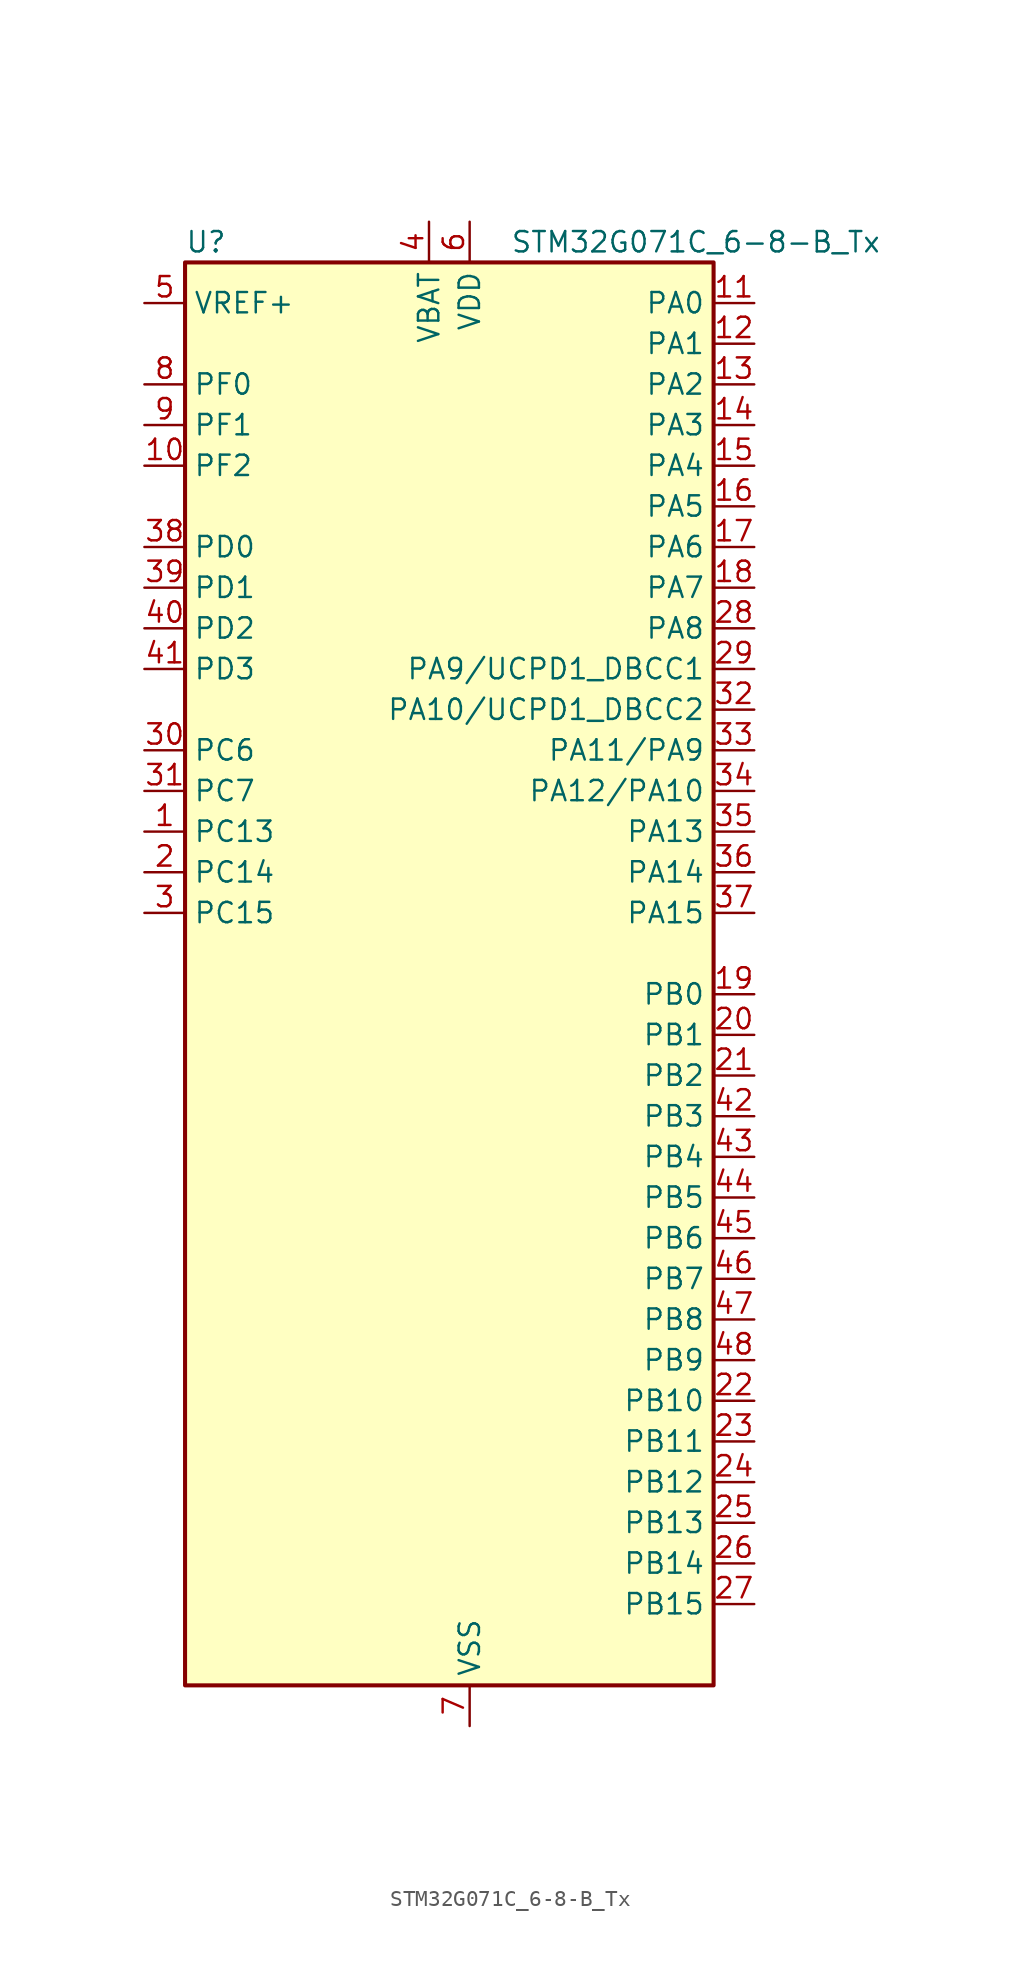
<source format=kicad_sym>
(kicad_symbol_lib
  (version 20231120)
  (generator "kicad_symbol_editor")
  (generator_version "8.0")
  (symbol "STM32G071C_6-8-B_Tx"
    (property "Reference" "U"
      (at -15.24 46.99 0)
      (effects (font (size 1.27 1.27)) (justify left)))
    (property "Value" "STM32G071C_6-8-B_Tx"
      (at 5.08 46.99 0)
      (effects (font (size 1.27 1.27)) (justify left)))
    (property "ki_locked" ""
      (at 0 0 0)
      (effects (font (size 1.27 1.27))))
    (symbol "STM32G071C_6-8-B_Tx_0_1"
      (rectangle (start -15.24 -43.18) (end 17.78 45.72) (stroke (width 0.254) (type default)) (fill (type background))))
    (symbol "STM32G071C_6-8-B_Tx_1_1"
      (pin bidirectional line (at -17.78 10.16 0) (length 2.54) (name "PC13" (effects (font (size 1.27 1.27)))) (number "1" (effects (font (size 1.27 1.27)))) (alternate "RTC_OUT_ALARM" bidirectional line) (alternate "RTC_OUT_CALIB" bidirectional line) (alternate "RTC_TAMP_IN1" bidirectional line) (alternate "RTC_TS" bidirectional line) (alternate "SYS_WKUP2" bidirectional line) (alternate "TIM1_BK" bidirectional line))
      (pin bidirectional line (at -17.78 33.02 0) (length 2.54) (name "PF2" (effects (font (size 1.27 1.27)))) (number "10" (effects (font (size 1.27 1.27)))) (alternate "RCC_MCO" bidirectional line))
      (pin bidirectional line (at 20.32 43.18 180) (length 2.54) (name "PA0" (effects (font (size 1.27 1.27)))) (number "11" (effects (font (size 1.27 1.27)))) (alternate "ADC1_IN0" bidirectional line) (alternate "COMP1_INM" bidirectional line) (alternate "COMP1_OUT" bidirectional line) (alternate "LPTIM1_OUT" bidirectional line) (alternate "RTC_TAMP_IN2" bidirectional line) (alternate "SPI2_SCK" bidirectional line) (alternate "SYS_WKUP1" bidirectional line) (alternate "TIM2_CH1" bidirectional line) (alternate "TIM2_ETR" bidirectional line) (alternate "UCPD2_FRSTX1" bidirectional line) (alternate "UCPD2_FRSTX2" bidirectional line) (alternate "USART2_CTS" bidirectional line) (alternate "USART2_NSS" bidirectional line) (alternate "USART4_TX" bidirectional line))
      (pin bidirectional line (at 20.32 40.64 180) (length 2.54) (name "PA1" (effects (font (size 1.27 1.27)))) (number "12" (effects (font (size 1.27 1.27)))) (alternate "ADC1_IN1" bidirectional line) (alternate "COMP1_INP" bidirectional line) (alternate "I2C1_SMBA" bidirectional line) (alternate "I2S1_CK" bidirectional line) (alternate "SPI1_SCK" bidirectional line) (alternate "TIM15_CH1N" bidirectional line) (alternate "TIM2_CH2" bidirectional line) (alternate "USART2_CK" bidirectional line) (alternate "USART2_DE" bidirectional line) (alternate "USART2_RTS" bidirectional line) (alternate "USART4_RX" bidirectional line))
      (pin bidirectional line (at 20.32 38.1 180) (length 2.54) (name "PA2" (effects (font (size 1.27 1.27)))) (number "13" (effects (font (size 1.27 1.27)))) (alternate "ADC1_IN2" bidirectional line) (alternate "COMP2_INM" bidirectional line) (alternate "COMP2_OUT" bidirectional line) (alternate "I2S1_SD" bidirectional line) (alternate "LPUART1_TX" bidirectional line) (alternate "RCC_LSCO" bidirectional line) (alternate "SPI1_MOSI" bidirectional line) (alternate "SYS_WKUP4" bidirectional line) (alternate "TIM15_CH1" bidirectional line) (alternate "TIM2_CH3" bidirectional line) (alternate "UCPD1_FRSTX1" bidirectional line) (alternate "UCPD1_FRSTX2" bidirectional line) (alternate "USART2_TX" bidirectional line))
      (pin bidirectional line (at 20.32 35.56 180) (length 2.54) (name "PA3" (effects (font (size 1.27 1.27)))) (number "14" (effects (font (size 1.27 1.27)))) (alternate "ADC1_IN3" bidirectional line) (alternate "COMP2_INP" bidirectional line) (alternate "LPUART1_RX" bidirectional line) (alternate "SPI2_MISO" bidirectional line) (alternate "TIM15_CH2" bidirectional line) (alternate "TIM2_CH4" bidirectional line) (alternate "UCPD2_FRSTX1" bidirectional line) (alternate "UCPD2_FRSTX2" bidirectional line) (alternate "USART2_RX" bidirectional line))
      (pin bidirectional line (at 20.32 33.02 180) (length 2.54) (name "PA4" (effects (font (size 1.27 1.27)))) (number "15" (effects (font (size 1.27 1.27)))) (alternate "ADC1_IN4" bidirectional line) (alternate "DAC1_OUT1" bidirectional line) (alternate "I2S1_WS" bidirectional line) (alternate "LPTIM2_OUT" bidirectional line) (alternate "RTC_OUT_ALARM" bidirectional line) (alternate "RTC_OUT_CALIB" bidirectional line) (alternate "SPI1_NSS" bidirectional line) (alternate "SPI2_MOSI" bidirectional line) (alternate "TIM14_CH1" bidirectional line) (alternate "UCPD2_FRSTX1" bidirectional line) (alternate "UCPD2_FRSTX2" bidirectional line))
      (pin bidirectional line (at 20.32 30.48 180) (length 2.54) (name "PA5" (effects (font (size 1.27 1.27)))) (number "16" (effects (font (size 1.27 1.27)))) (alternate "ADC1_IN5" bidirectional line) (alternate "CEC" bidirectional line) (alternate "DAC1_OUT2" bidirectional line) (alternate "I2S1_CK" bidirectional line) (alternate "LPTIM2_ETR" bidirectional line) (alternate "SPI1_SCK" bidirectional line) (alternate "TIM2_CH1" bidirectional line) (alternate "TIM2_ETR" bidirectional line) (alternate "UCPD1_FRSTX1" bidirectional line) (alternate "UCPD1_FRSTX2" bidirectional line) (alternate "USART3_TX" bidirectional line))
      (pin bidirectional line (at 20.32 27.94 180) (length 2.54) (name "PA6" (effects (font (size 1.27 1.27)))) (number "17" (effects (font (size 1.27 1.27)))) (alternate "ADC1_IN6" bidirectional line) (alternate "COMP1_OUT" bidirectional line) (alternate "I2S1_MCK" bidirectional line) (alternate "LPUART1_CTS" bidirectional line) (alternate "SPI1_MISO" bidirectional line) (alternate "TIM16_CH1" bidirectional line) (alternate "TIM1_BK" bidirectional line) (alternate "TIM3_CH1" bidirectional line) (alternate "USART3_CTS" bidirectional line) (alternate "USART3_NSS" bidirectional line))
      (pin bidirectional line (at 20.32 25.4 180) (length 2.54) (name "PA7" (effects (font (size 1.27 1.27)))) (number "18" (effects (font (size 1.27 1.27)))) (alternate "ADC1_IN7" bidirectional line) (alternate "COMP2_OUT" bidirectional line) (alternate "I2S1_SD" bidirectional line) (alternate "SPI1_MOSI" bidirectional line) (alternate "TIM14_CH1" bidirectional line) (alternate "TIM17_CH1" bidirectional line) (alternate "TIM1_CH1N" bidirectional line) (alternate "TIM3_CH2" bidirectional line) (alternate "UCPD1_FRSTX1" bidirectional line) (alternate "UCPD1_FRSTX2" bidirectional line))
      (pin bidirectional line (at 20.32 0 180) (length 2.54) (name "PB0" (effects (font (size 1.27 1.27)))) (number "19" (effects (font (size 1.27 1.27)))) (alternate "ADC1_IN8" bidirectional line) (alternate "COMP1_OUT" bidirectional line) (alternate "I2S1_WS" bidirectional line) (alternate "LPTIM1_OUT" bidirectional line) (alternate "SPI1_NSS" bidirectional line) (alternate "TIM1_CH2N" bidirectional line) (alternate "TIM3_CH3" bidirectional line) (alternate "UCPD1_FRSTX1" bidirectional line) (alternate "UCPD1_FRSTX2" bidirectional line) (alternate "USART3_RX" bidirectional line))
      (pin bidirectional line (at -17.78 7.62 0) (length 2.54) (name "PC14" (effects (font (size 1.27 1.27)))) (number "2" (effects (font (size 1.27 1.27)))) (alternate "RCC_OSC32_IN" bidirectional line) (alternate "TIM1_BK2" bidirectional line))
      (pin bidirectional line (at 20.32 -2.54 180) (length 2.54) (name "PB1" (effects (font (size 1.27 1.27)))) (number "20" (effects (font (size 1.27 1.27)))) (alternate "ADC1_IN9" bidirectional line) (alternate "COMP1_INM" bidirectional line) (alternate "LPTIM2_IN1" bidirectional line) (alternate "LPUART1_DE" bidirectional line) (alternate "LPUART1_RTS" bidirectional line) (alternate "TIM14_CH1" bidirectional line) (alternate "TIM1_CH3N" bidirectional line) (alternate "TIM3_CH4" bidirectional line) (alternate "USART3_CK" bidirectional line) (alternate "USART3_DE" bidirectional line) (alternate "USART3_RTS" bidirectional line))
      (pin bidirectional line (at 20.32 -5.08 180) (length 2.54) (name "PB2" (effects (font (size 1.27 1.27)))) (number "21" (effects (font (size 1.27 1.27)))) (alternate "ADC1_IN10" bidirectional line) (alternate "COMP1_INP" bidirectional line) (alternate "LPTIM1_OUT" bidirectional line) (alternate "SPI2_MISO" bidirectional line) (alternate "USART3_TX" bidirectional line))
      (pin bidirectional line (at 20.32 -25.4 180) (length 2.54) (name "PB10" (effects (font (size 1.27 1.27)))) (number "22" (effects (font (size 1.27 1.27)))) (alternate "ADC1_IN11" bidirectional line) (alternate "CEC" bidirectional line) (alternate "COMP1_OUT" bidirectional line) (alternate "I2C2_SCL" bidirectional line) (alternate "LPUART1_RX" bidirectional line) (alternate "SPI2_SCK" bidirectional line) (alternate "TIM2_CH3" bidirectional line) (alternate "USART3_TX" bidirectional line))
      (pin bidirectional line (at 20.32 -27.94 180) (length 2.54) (name "PB11" (effects (font (size 1.27 1.27)))) (number "23" (effects (font (size 1.27 1.27)))) (alternate "ADC1_EXTI11" bidirectional line) (alternate "ADC1_IN15" bidirectional line) (alternate "COMP2_OUT" bidirectional line) (alternate "I2C2_SDA" bidirectional line) (alternate "LPUART1_TX" bidirectional line) (alternate "SPI2_MOSI" bidirectional line) (alternate "TIM2_CH4" bidirectional line) (alternate "USART3_RX" bidirectional line))
      (pin bidirectional line (at 20.32 -30.48 180) (length 2.54) (name "PB12" (effects (font (size 1.27 1.27)))) (number "24" (effects (font (size 1.27 1.27)))) (alternate "ADC1_IN16" bidirectional line) (alternate "LPUART1_DE" bidirectional line) (alternate "LPUART1_RTS" bidirectional line) (alternate "SPI2_NSS" bidirectional line) (alternate "TIM15_BK" bidirectional line) (alternate "TIM1_BK" bidirectional line) (alternate "UCPD2_FRSTX1" bidirectional line) (alternate "UCPD2_FRSTX2" bidirectional line))
      (pin bidirectional line (at 20.32 -33.02 180) (length 2.54) (name "PB13" (effects (font (size 1.27 1.27)))) (number "25" (effects (font (size 1.27 1.27)))) (alternate "I2C2_SCL" bidirectional line) (alternate "LPUART1_CTS" bidirectional line) (alternate "SPI2_SCK" bidirectional line) (alternate "TIM15_CH1N" bidirectional line) (alternate "TIM1_CH1N" bidirectional line) (alternate "USART3_CTS" bidirectional line) (alternate "USART3_NSS" bidirectional line))
      (pin bidirectional line (at 20.32 -35.56 180) (length 2.54) (name "PB14" (effects (font (size 1.27 1.27)))) (number "26" (effects (font (size 1.27 1.27)))) (alternate "I2C2_SDA" bidirectional line) (alternate "SPI2_MISO" bidirectional line) (alternate "TIM15_CH1" bidirectional line) (alternate "TIM1_CH2N" bidirectional line) (alternate "UCPD1_FRSTX1" bidirectional line) (alternate "UCPD1_FRSTX2" bidirectional line) (alternate "USART3_CK" bidirectional line) (alternate "USART3_DE" bidirectional line) (alternate "USART3_RTS" bidirectional line))
      (pin bidirectional line (at 20.32 -38.1 180) (length 2.54) (name "PB15" (effects (font (size 1.27 1.27)))) (number "27" (effects (font (size 1.27 1.27)))) (alternate "RTC_REFIN" bidirectional line) (alternate "SPI2_MOSI" bidirectional line) (alternate "TIM15_CH1N" bidirectional line) (alternate "TIM15_CH2" bidirectional line) (alternate "TIM1_CH3N" bidirectional line) (alternate "UCPD1_CC2" bidirectional line))
      (pin bidirectional line (at 20.32 22.86 180) (length 2.54) (name "PA8" (effects (font (size 1.27 1.27)))) (number "28" (effects (font (size 1.27 1.27)))) (alternate "LPTIM2_OUT" bidirectional line) (alternate "RCC_MCO" bidirectional line) (alternate "SPI2_NSS" bidirectional line) (alternate "TIM1_CH1" bidirectional line) (alternate "UCPD1_CC1" bidirectional line))
      (pin bidirectional line (at 20.32 20.32 180) (length 2.54) (name "PA9/UCPD1_DBCC1" (effects (font (size 1.27 1.27)))) (number "29" (effects (font (size 1.27 1.27)))) (alternate "DAC1_EXTI9" bidirectional line) (alternate "I2C1_SCL" bidirectional line) (alternate "RCC_MCO" bidirectional line) (alternate "SPI2_MISO" bidirectional line) (alternate "TIM15_BK" bidirectional line) (alternate "TIM1_CH2" bidirectional line) (alternate "UCPD1_DBCC1" bidirectional line) (alternate "USART1_TX" bidirectional line))
      (pin bidirectional line (at -17.78 5.08 0) (length 2.54) (name "PC15" (effects (font (size 1.27 1.27)))) (number "3" (effects (font (size 1.27 1.27)))) (alternate "RCC_OSC32_EN" bidirectional line) (alternate "RCC_OSC32_OUT" bidirectional line) (alternate "RCC_OSC_EN" bidirectional line) (alternate "TIM15_BK" bidirectional line))
      (pin bidirectional line (at -17.78 15.24 0) (length 2.54) (name "PC6" (effects (font (size 1.27 1.27)))) (number "30" (effects (font (size 1.27 1.27)))) (alternate "TIM2_CH3" bidirectional line) (alternate "TIM3_CH1" bidirectional line) (alternate "UCPD1_FRSTX1" bidirectional line) (alternate "UCPD1_FRSTX2" bidirectional line))
      (pin bidirectional line (at -17.78 12.7 0) (length 2.54) (name "PC7" (effects (font (size 1.27 1.27)))) (number "31" (effects (font (size 1.27 1.27)))) (alternate "TIM2_CH4" bidirectional line) (alternate "TIM3_CH2" bidirectional line) (alternate "UCPD2_FRSTX1" bidirectional line) (alternate "UCPD2_FRSTX2" bidirectional line))
      (pin bidirectional line (at 20.32 17.78 180) (length 2.54) (name "PA10/UCPD1_DBCC2" (effects (font (size 1.27 1.27)))) (number "32" (effects (font (size 1.27 1.27)))) (alternate "I2C1_SDA" bidirectional line) (alternate "SPI2_MOSI" bidirectional line) (alternate "TIM17_BK" bidirectional line) (alternate "TIM1_CH3" bidirectional line) (alternate "UCPD1_DBCC2" bidirectional line) (alternate "USART1_RX" bidirectional line))
      (pin bidirectional line (at 20.32 15.24 180) (length 2.54) (name "PA11/PA9" (effects (font (size 1.27 1.27)))) (number "33" (effects (font (size 1.27 1.27)))) (alternate "ADC1_EXTI11" bidirectional line) (alternate "COMP1_OUT" bidirectional line) (alternate "I2C2_SCL" bidirectional line) (alternate "I2S1_MCK" bidirectional line) (alternate "SPI1_MISO" bidirectional line) (alternate "TIM1_BK2" bidirectional line) (alternate "TIM1_CH4" bidirectional line) (alternate "USART1_CTS" bidirectional line) (alternate "USART1_NSS" bidirectional line))
      (pin bidirectional line (at 20.32 12.7 180) (length 2.54) (name "PA12/PA10" (effects (font (size 1.27 1.27)))) (number "34" (effects (font (size 1.27 1.27)))) (alternate "COMP2_OUT" bidirectional line) (alternate "I2C2_SDA" bidirectional line) (alternate "I2S1_SD" bidirectional line) (alternate "I2S_CKIN" bidirectional line) (alternate "SPI1_MOSI" bidirectional line) (alternate "TIM1_ETR" bidirectional line) (alternate "USART1_CK" bidirectional line) (alternate "USART1_DE" bidirectional line) (alternate "USART1_RTS" bidirectional line))
      (pin bidirectional line (at 20.32 10.16 180) (length 2.54) (name "PA13" (effects (font (size 1.27 1.27)))) (number "35" (effects (font (size 1.27 1.27)))) (alternate "IR_OUT" bidirectional line) (alternate "SYS_SWDIO" bidirectional line))
      (pin bidirectional line (at 20.32 7.62 180) (length 2.54) (name "PA14" (effects (font (size 1.27 1.27)))) (number "36" (effects (font (size 1.27 1.27)))) (alternate "SYS_SWCLK" bidirectional line) (alternate "USART2_TX" bidirectional line))
      (pin bidirectional line (at 20.32 5.08 180) (length 2.54) (name "PA15" (effects (font (size 1.27 1.27)))) (number "37" (effects (font (size 1.27 1.27)))) (alternate "I2S1_WS" bidirectional line) (alternate "SPI1_NSS" bidirectional line) (alternate "TIM2_CH1" bidirectional line) (alternate "TIM2_ETR" bidirectional line) (alternate "USART2_RX" bidirectional line) (alternate "USART3_CK" bidirectional line) (alternate "USART3_DE" bidirectional line) (alternate "USART3_RTS" bidirectional line) (alternate "USART4_CK" bidirectional line) (alternate "USART4_DE" bidirectional line) (alternate "USART4_RTS" bidirectional line))
      (pin bidirectional line (at -17.78 27.94 0) (length 2.54) (name "PD0" (effects (font (size 1.27 1.27)))) (number "38" (effects (font (size 1.27 1.27)))) (alternate "SPI2_NSS" bidirectional line) (alternate "TIM16_CH1" bidirectional line) (alternate "UCPD2_CC1" bidirectional line))
      (pin bidirectional line (at -17.78 25.4 0) (length 2.54) (name "PD1" (effects (font (size 1.27 1.27)))) (number "39" (effects (font (size 1.27 1.27)))) (alternate "SPI2_SCK" bidirectional line) (alternate "TIM17_CH1" bidirectional line) (alternate "UCPD2_DBCC1" bidirectional line))
      (pin power_in line (at 0 48.26 270) (length 2.54) (name "VBAT" (effects (font (size 1.27 1.27)))) (number "4" (effects (font (size 1.27 1.27)))))
      (pin bidirectional line (at -17.78 22.86 0) (length 2.54) (name "PD2" (effects (font (size 1.27 1.27)))) (number "40" (effects (font (size 1.27 1.27)))) (alternate "TIM1_CH1N" bidirectional line) (alternate "TIM3_ETR" bidirectional line) (alternate "UCPD2_CC2" bidirectional line) (alternate "USART3_CK" bidirectional line) (alternate "USART3_DE" bidirectional line) (alternate "USART3_RTS" bidirectional line))
      (pin bidirectional line (at -17.78 20.32 0) (length 2.54) (name "PD3" (effects (font (size 1.27 1.27)))) (number "41" (effects (font (size 1.27 1.27)))) (alternate "SPI2_MISO" bidirectional line) (alternate "TIM1_CH2N" bidirectional line) (alternate "UCPD2_DBCC2" bidirectional line) (alternate "USART2_CTS" bidirectional line) (alternate "USART2_NSS" bidirectional line))
      (pin bidirectional line (at 20.32 -7.62 180) (length 2.54) (name "PB3" (effects (font (size 1.27 1.27)))) (number "42" (effects (font (size 1.27 1.27)))) (alternate "COMP2_INM" bidirectional line) (alternate "I2S1_CK" bidirectional line) (alternate "SPI1_SCK" bidirectional line) (alternate "TIM1_CH2" bidirectional line) (alternate "TIM2_CH2" bidirectional line) (alternate "USART1_CK" bidirectional line) (alternate "USART1_DE" bidirectional line) (alternate "USART1_RTS" bidirectional line))
      (pin bidirectional line (at 20.32 -10.16 180) (length 2.54) (name "PB4" (effects (font (size 1.27 1.27)))) (number "43" (effects (font (size 1.27 1.27)))) (alternate "COMP2_INP" bidirectional line) (alternate "I2S1_MCK" bidirectional line) (alternate "SPI1_MISO" bidirectional line) (alternate "TIM17_BK" bidirectional line) (alternate "TIM3_CH1" bidirectional line) (alternate "USART1_CTS" bidirectional line) (alternate "USART1_NSS" bidirectional line))
      (pin bidirectional line (at 20.32 -12.7 180) (length 2.54) (name "PB5" (effects (font (size 1.27 1.27)))) (number "44" (effects (font (size 1.27 1.27)))) (alternate "COMP2_OUT" bidirectional line) (alternate "I2C1_SMBA" bidirectional line) (alternate "I2S1_SD" bidirectional line) (alternate "LPTIM1_IN1" bidirectional line) (alternate "SPI1_MOSI" bidirectional line) (alternate "SYS_WKUP6" bidirectional line) (alternate "TIM16_BK" bidirectional line) (alternate "TIM3_CH2" bidirectional line))
      (pin bidirectional line (at 20.32 -15.24 180) (length 2.54) (name "PB6" (effects (font (size 1.27 1.27)))) (number "45" (effects (font (size 1.27 1.27)))) (alternate "COMP2_INP" bidirectional line) (alternate "I2C1_SCL" bidirectional line) (alternate "LPTIM1_ETR" bidirectional line) (alternate "SPI2_MISO" bidirectional line) (alternate "TIM16_CH1N" bidirectional line) (alternate "TIM1_CH3" bidirectional line) (alternate "USART1_TX" bidirectional line))
      (pin bidirectional line (at 20.32 -17.78 180) (length 2.54) (name "PB7" (effects (font (size 1.27 1.27)))) (number "46" (effects (font (size 1.27 1.27)))) (alternate "COMP2_INM" bidirectional line) (alternate "I2C1_SDA" bidirectional line) (alternate "LPTIM1_IN2" bidirectional line) (alternate "SPI2_MOSI" bidirectional line) (alternate "SYS_PVD_IN" bidirectional line) (alternate "TIM17_CH1N" bidirectional line) (alternate "USART1_RX" bidirectional line) (alternate "USART4_CTS" bidirectional line) (alternate "USART4_NSS" bidirectional line))
      (pin bidirectional line (at 20.32 -20.32 180) (length 2.54) (name "PB8" (effects (font (size 1.27 1.27)))) (number "47" (effects (font (size 1.27 1.27)))) (alternate "CEC" bidirectional line) (alternate "I2C1_SCL" bidirectional line) (alternate "SPI2_SCK" bidirectional line) (alternate "TIM15_BK" bidirectional line) (alternate "TIM16_CH1" bidirectional line) (alternate "USART3_TX" bidirectional line))
      (pin bidirectional line (at 20.32 -22.86 180) (length 2.54) (name "PB9" (effects (font (size 1.27 1.27)))) (number "48" (effects (font (size 1.27 1.27)))) (alternate "DAC1_EXTI9" bidirectional line) (alternate "I2C1_SDA" bidirectional line) (alternate "IR_OUT" bidirectional line) (alternate "SPI2_NSS" bidirectional line) (alternate "TIM17_CH1" bidirectional line) (alternate "UCPD2_FRSTX1" bidirectional line) (alternate "UCPD2_FRSTX2" bidirectional line) (alternate "USART3_RX" bidirectional line))
      (pin input line (at -17.78 43.18 0) (length 2.54) (name "VREF+" (effects (font (size 1.27 1.27)))) (number "5" (effects (font (size 1.27 1.27)))) (alternate "VREFBUF_OUT" bidirectional line))
      (pin power_in line (at 2.54 48.26 270) (length 2.54) (name "VDD" (effects (font (size 1.27 1.27)))) (number "6" (effects (font (size 1.27 1.27)))))
      (pin power_in line (at 2.54 -45.72 90) (length 2.54) (name "VSS" (effects (font (size 1.27 1.27)))) (number "7" (effects (font (size 1.27 1.27)))))
      (pin bidirectional line (at -17.78 38.1 0) (length 2.54) (name "PF0" (effects (font (size 1.27 1.27)))) (number "8" (effects (font (size 1.27 1.27)))) (alternate "RCC_OSC_IN" bidirectional line) (alternate "TIM14_CH1" bidirectional line))
      (pin bidirectional line (at -17.78 35.56 0) (length 2.54) (name "PF1" (effects (font (size 1.27 1.27)))) (number "9" (effects (font (size 1.27 1.27)))) (alternate "RCC_OSC_EN" bidirectional line) (alternate "RCC_OSC_OUT" bidirectional line) (alternate "TIM15_CH1N" bidirectional line)))))
</source>
